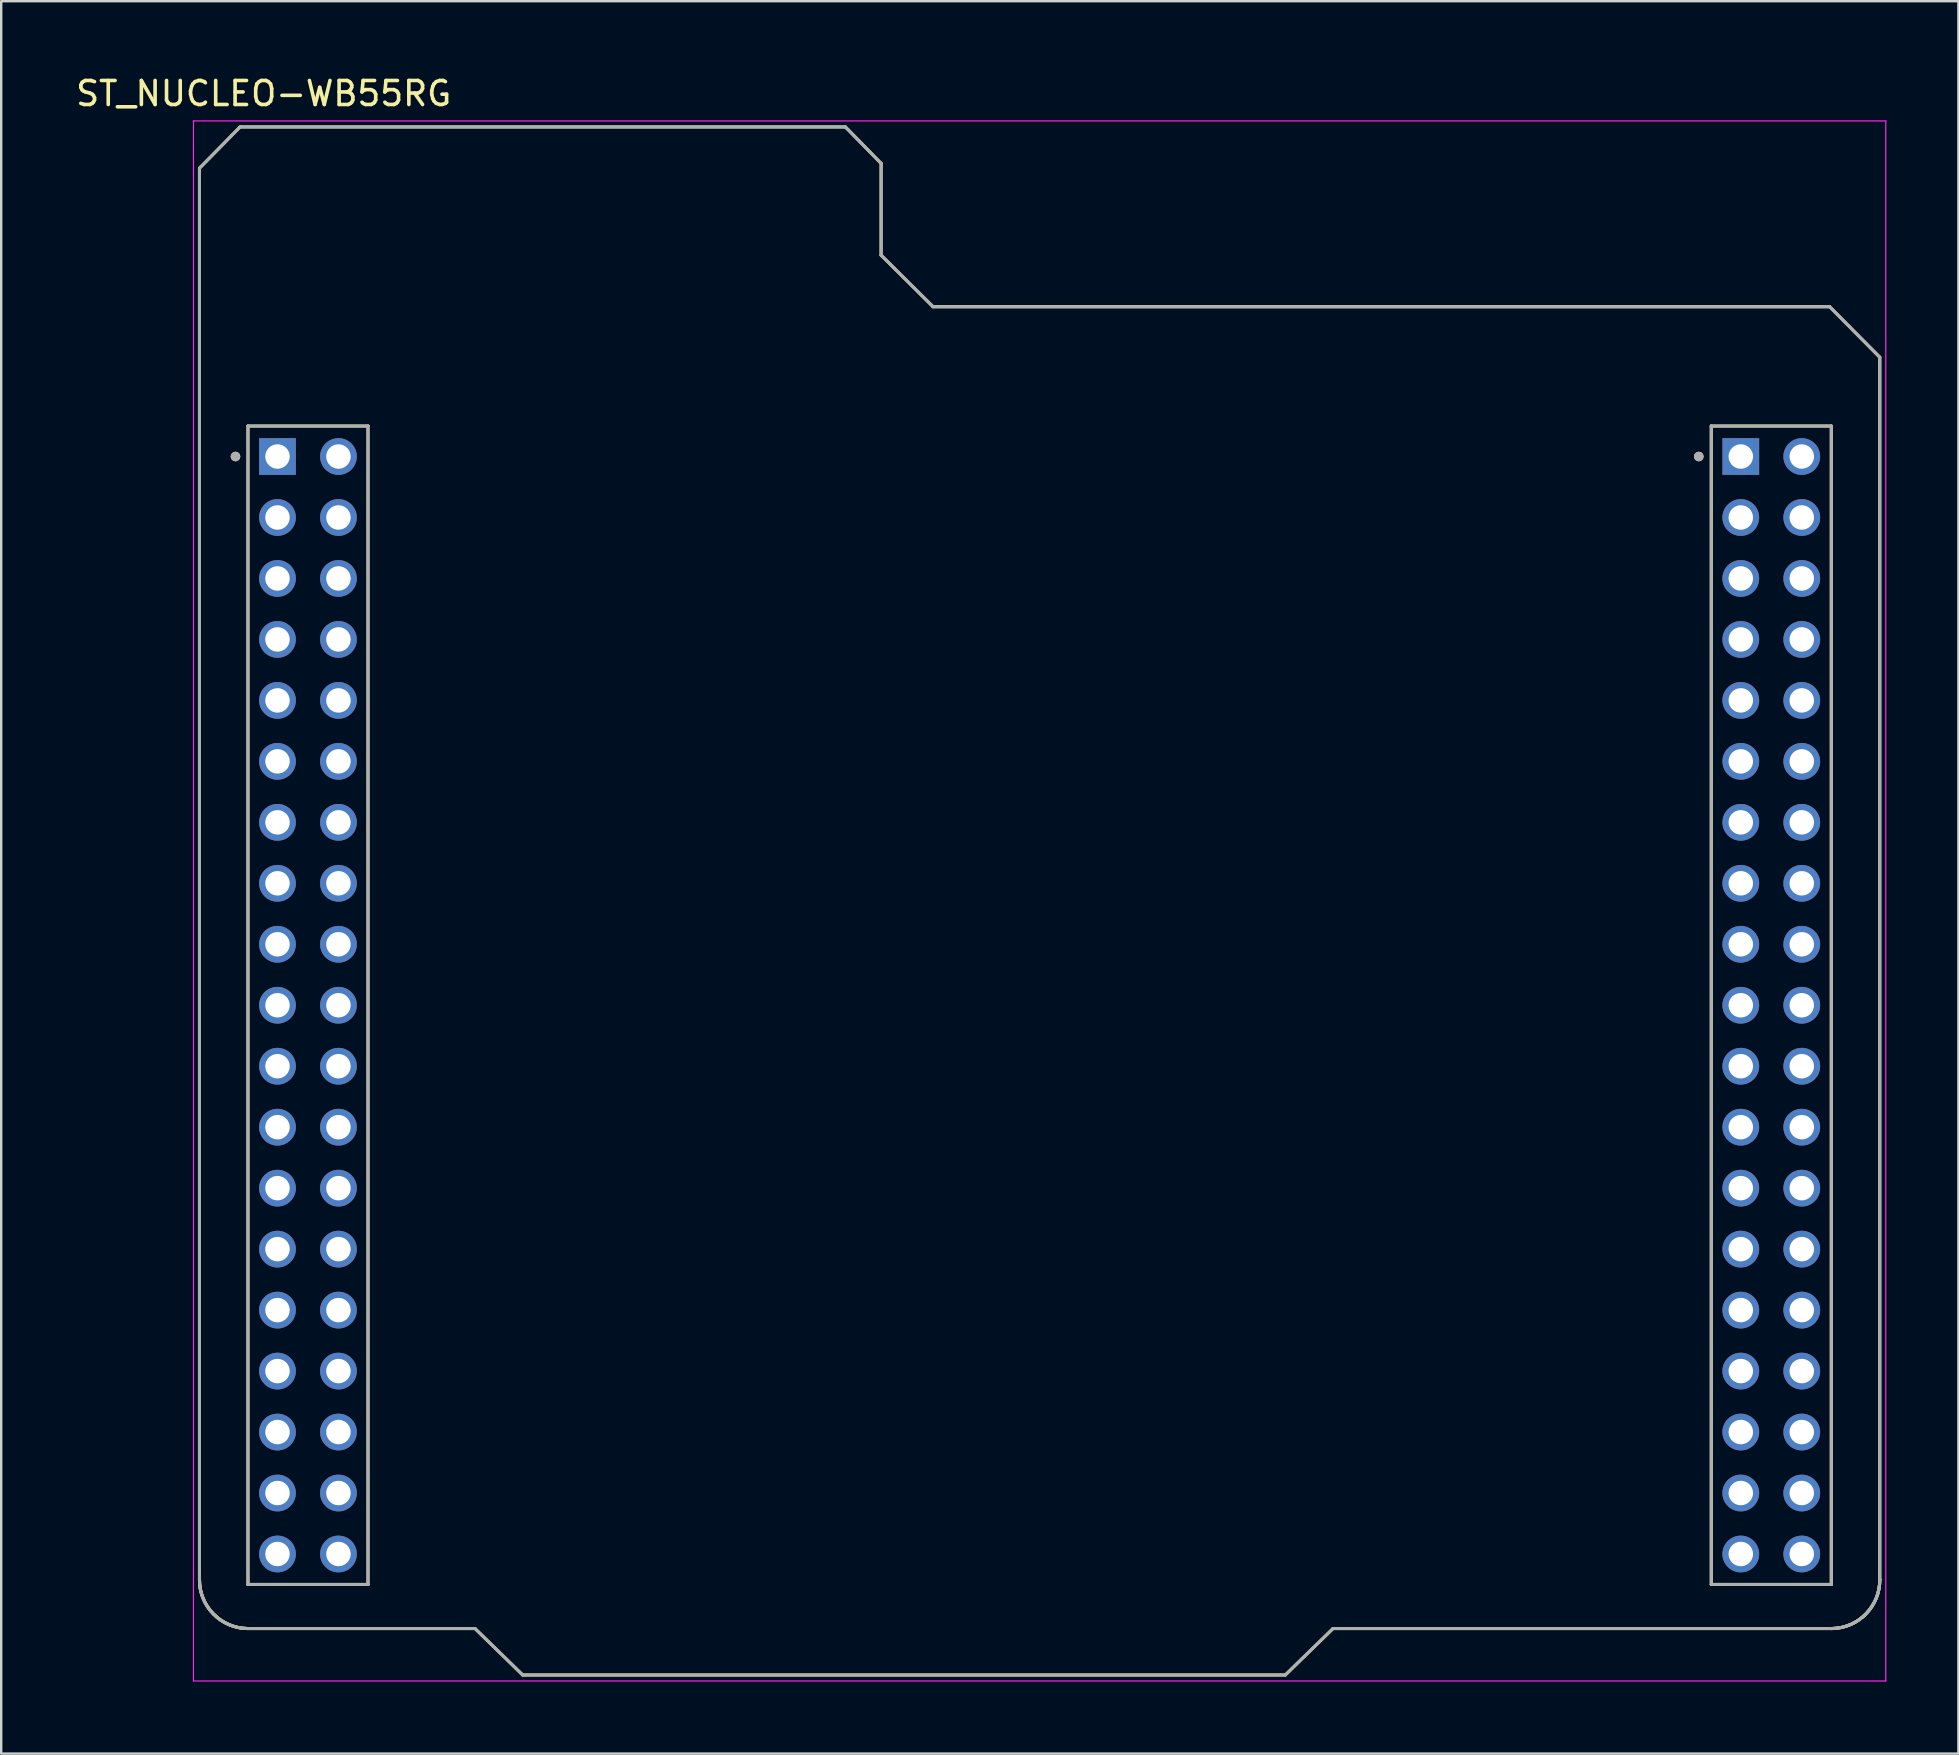
<source format=kicad_pcb>
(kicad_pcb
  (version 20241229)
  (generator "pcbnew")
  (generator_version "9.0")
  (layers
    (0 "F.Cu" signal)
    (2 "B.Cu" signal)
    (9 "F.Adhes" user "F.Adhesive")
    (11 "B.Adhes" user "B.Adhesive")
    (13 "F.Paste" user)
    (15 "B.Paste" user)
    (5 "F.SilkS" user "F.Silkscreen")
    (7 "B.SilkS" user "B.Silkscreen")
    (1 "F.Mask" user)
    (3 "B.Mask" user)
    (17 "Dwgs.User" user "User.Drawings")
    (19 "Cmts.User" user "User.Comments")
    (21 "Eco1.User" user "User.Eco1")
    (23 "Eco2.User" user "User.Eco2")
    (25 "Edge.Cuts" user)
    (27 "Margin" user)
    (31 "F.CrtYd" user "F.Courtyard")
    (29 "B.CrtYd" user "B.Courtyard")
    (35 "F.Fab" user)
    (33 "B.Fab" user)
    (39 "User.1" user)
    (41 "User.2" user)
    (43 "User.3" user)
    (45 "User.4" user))
  (footprint "ST_NUCLEO-WB55RG"
    (layer "F.Cu")
    (at 40.26 34.483)
    (property "Reference" "ST_NUCLEO-WB55RG" (at -32.325 -33.635 0) (layer "F.SilkS") (effects (font (size 1 1) (thickness 0.15))))
    (attr through_hole)
    (fp_line (start -35 -30.525) (end -35 28.261) (stroke (width 0.127) (type solid)) (layer "F.SilkS"))
    (fp_line (start -33.31 -32.245) (end -35 -30.525) (stroke (width 0.127) (type solid)) (layer "F.SilkS"))
    (fp_line (start -33 30.311) (end -23.521 30.311) (stroke (width 0.127) (type solid)) (layer "F.SilkS"))
    (fp_line (start -32.98 -19.785) (end -32.98 28.475) (stroke (width 0.127) (type solid)) (layer "F.SilkS"))
    (fp_line (start -32.98 28.475) (end -27.98 28.475) (stroke (width 0.127) (type solid)) (layer "F.SilkS"))
    (fp_line (start -27.98 -19.785) (end -32.98 -19.785) (stroke (width 0.127) (type solid)) (layer "F.SilkS"))
    (fp_line (start -27.98 28.475) (end -27.98 -19.785) (stroke (width 0.127) (type solid)) (layer "F.SilkS"))
    (fp_line (start -23.521 30.311) (end -21.536 32.245) (stroke (width 0.127) (type solid)) (layer "F.SilkS"))
    (fp_line (start -21.536 32.245) (end 10.236 32.245) (stroke (width 0.127) (type solid)) (layer "F.SilkS"))
    (fp_line (start -8.092 -32.245) (end -33.31 -32.245) (stroke (width 0.127) (type solid)) (layer "F.SilkS"))
    (fp_line (start -6.604 -30.727) (end -8.092 -32.245) (stroke (width 0.127) (type solid)) (layer "F.SilkS"))
    (fp_line (start -6.604 -26.902) (end -6.604 -30.727) (stroke (width 0.127) (type solid)) (layer "F.SilkS"))
    (fp_line (start -4.441 -24.755) (end -6.604 -26.902) (stroke (width 0.127) (type solid)) (layer "F.SilkS"))
    (fp_line (start 10.236 32.245) (end 12.221 30.311) (stroke (width 0.127) (type solid)) (layer "F.SilkS"))
    (fp_line (start 12.221 30.311) (end 33 30.311) (stroke (width 0.127) (type solid)) (layer "F.SilkS"))
    (fp_line (start 27.98 -19.785) (end 27.98 28.475) (stroke (width 0.127) (type solid)) (layer "F.SilkS"))
    (fp_line (start 27.98 28.475) (end 32.98 28.475) (stroke (width 0.127) (type solid)) (layer "F.SilkS"))
    (fp_line (start 32.912 -24.755) (end -4.441 -24.755) (stroke (width 0.127) (type solid)) (layer "F.SilkS"))
    (fp_line (start 32.98 -19.785) (end 27.98 -19.785) (stroke (width 0.127) (type solid)) (layer "F.SilkS"))
    (fp_line (start 32.98 28.475) (end 32.98 -19.785) (stroke (width 0.127) (type solid)) (layer "F.SilkS"))
    (fp_line (start 35 -22.651) (end 32.912 -24.755) (stroke (width 0.127) (type solid)) (layer "F.SilkS"))
    (fp_line (start 35 28.261) (end 35 -22.651) (stroke (width 0.127) (type solid)) (layer "F.SilkS"))
    (fp_arc (start -33 30.31) (mid -34.42389 29.699253) (end -35 28.261) (stroke (width 0.127) (type solid)) (layer "F.SilkS"))
    (fp_arc (start -33 30.31) (mid -34.42389 29.699253) (end -35 28.261) (stroke (width 0.127) (type solid)) (layer "F.SilkS"))
    (fp_arc (start 35 28.261) (mid 34.424097 29.699753) (end 33 30.311) (stroke (width 0.127) (type solid)) (layer "F.SilkS"))
    (fp_arc (start 35 28.261) (mid 34.424097 29.699753) (end 33 30.311) (stroke (width 0.127) (type solid)) (layer "F.SilkS"))
    (fp_circle (center -33.5 -18.515) (end -33.4 -18.515) (stroke (width 0.2) (type solid)) (fill no) (layer "F.SilkS"))
    (fp_circle (center 27.46 -18.515) (end 27.56 -18.515) (stroke (width 0.2) (type solid)) (fill no) (layer "F.SilkS"))
    (fp_line (start -35.25 -32.495) (end -35.25 32.495) (stroke (width 0.05) (type solid)) (layer "F.CrtYd"))
    (fp_line (start -35.25 32.495) (end 35.25 32.495) (stroke (width 0.05) (type solid)) (layer "F.CrtYd"))
    (fp_line (start 35.25 -32.495) (end -35.25 -32.495) (stroke (width 0.05) (type solid)) (layer "F.CrtYd"))
    (fp_line (start 35.25 32.495) (end 35.25 -32.495) (stroke (width 0.05) (type solid)) (layer "F.CrtYd"))
    (fp_line (start -35 -30.525) (end -35 28.261) (stroke (width 0.127) (type solid)) (layer "F.Fab"))
    (fp_line (start -33.31 -32.245) (end -35 -30.525) (stroke (width 0.127) (type solid)) (layer "F.Fab"))
    (fp_line (start -33 30.311) (end -23.521 30.311) (stroke (width 0.127) (type solid)) (layer "F.Fab"))
    (fp_line (start -32.98 -19.785) (end -32.98 28.475) (stroke (width 0.127) (type solid)) (layer "F.Fab"))
    (fp_line (start -32.98 28.475) (end -27.98 28.475) (stroke (width 0.127) (type solid)) (layer "F.Fab"))
    (fp_line (start -27.98 -19.785) (end -32.98 -19.785) (stroke (width 0.127) (type solid)) (layer "F.Fab"))
    (fp_line (start -27.98 28.475) (end -27.98 -19.785) (stroke (width 0.127) (type solid)) (layer "F.Fab"))
    (fp_line (start -23.521 30.311) (end -21.536 32.245) (stroke (width 0.127) (type solid)) (layer "F.Fab"))
    (fp_line (start -21.536 32.245) (end 10.236 32.245) (stroke (width 0.127) (type solid)) (layer "F.Fab"))
    (fp_line (start -8.092 -32.245) (end -33.31 -32.245) (stroke (width 0.127) (type solid)) (layer "F.Fab"))
    (fp_line (start -6.604 -30.727) (end -8.092 -32.245) (stroke (width 0.127) (type solid)) (layer "F.Fab"))
    (fp_line (start -6.604 -26.902) (end -6.604 -30.727) (stroke (width 0.127) (type solid)) (layer "F.Fab"))
    (fp_line (start -4.441 -24.755) (end -6.604 -26.902) (stroke (width 0.127) (type solid)) (layer "F.Fab"))
    (fp_line (start 10.236 32.245) (end 12.221 30.311) (stroke (width 0.127) (type solid)) (layer "F.Fab"))
    (fp_line (start 12.221 30.311) (end 33 30.311) (stroke (width 0.127) (type solid)) (layer "F.Fab"))
    (fp_line (start 27.98 -19.785) (end 27.98 28.475) (stroke (width 0.127) (type solid)) (layer "F.Fab"))
    (fp_line (start 27.98 28.475) (end 32.98 28.475) (stroke (width 0.127) (type solid)) (layer "F.Fab"))
    (fp_line (start 32.912 -24.755) (end -4.441 -24.755) (stroke (width 0.127) (type solid)) (layer "F.Fab"))
    (fp_line (start 32.98 -19.785) (end 27.98 -19.785) (stroke (width 0.127) (type solid)) (layer "F.Fab"))
    (fp_line (start 32.98 28.475) (end 32.98 -19.785) (stroke (width 0.127) (type solid)) (layer "F.Fab"))
    (fp_line (start 35 -22.651) (end 32.912 -24.755) (stroke (width 0.127) (type solid)) (layer "F.Fab"))
    (fp_line (start 35 28.261) (end 35 -22.651) (stroke (width 0.127) (type solid)) (layer "F.Fab"))
    (fp_arc (start -33 30.311) (mid -34.424098 29.699754) (end -35 28.261) (stroke (width 0.127) (type solid)) (layer "F.Fab"))
    (fp_arc (start -33 30.311) (mid -34.424098 29.699754) (end -35 28.261) (stroke (width 0.127) (type solid)) (layer "F.Fab"))
    (fp_arc (start 35 28.261) (mid 34.424097 29.699753) (end 33 30.311) (stroke (width 0.127) (type solid)) (layer "F.Fab"))
    (fp_arc (start 35 28.261) (mid 34.424097 29.699753) (end 33 30.311) (stroke (width 0.127) (type solid)) (layer "F.Fab"))
    (fp_circle (center -33.5 -18.515) (end -33.4 -18.515) (stroke (width 0.2) (type solid)) (fill no) (layer "F.Fab"))
    (fp_circle (center 27.46 -18.515) (end 27.56 -18.515) (stroke (width 0.2) (type solid)) (fill no) (layer "F.Fab"))
    (pad "CN7_1" thru_hole rect (at -31.75 -18.515) (size 1.53 1.53) (drill 1.02) (layers "*.Cu" "*.Mask"))
    (pad "CN7_2" thru_hole circle (at -29.21 -18.515) (size 1.53 1.53) (drill 1.02) (layers "*.Cu" "*.Mask"))
    (pad "CN7_3" thru_hole circle (at -31.75 -15.975) (size 1.53 1.53) (drill 1.02) (layers "*.Cu" "*.Mask"))
    (pad "CN7_4" thru_hole circle (at -29.21 -15.975) (size 1.53 1.53) (drill 1.02) (layers "*.Cu" "*.Mask"))
    (pad "CN7_5" thru_hole circle (at -31.75 -13.435) (size 1.53 1.53) (drill 1.02) (layers "*.Cu" "*.Mask"))
    (pad "CN7_6" thru_hole circle (at -29.21 -13.435) (size 1.53 1.53) (drill 1.02) (layers "*.Cu" "*.Mask"))
    (pad "CN7_7" thru_hole circle (at -31.75 -10.895) (size 1.53 1.53) (drill 1.02) (layers "*.Cu" "*.Mask"))
    (pad "CN7_8" thru_hole circle (at -29.21 -10.895) (size 1.53 1.53) (drill 1.02) (layers "*.Cu" "*.Mask"))
    (pad "CN7_9" thru_hole circle (at -31.75 -8.355) (size 1.53 1.53) (drill 1.02) (layers "*.Cu" "*.Mask"))
    (pad "CN7_10" thru_hole circle (at -29.21 -8.355) (size 1.53 1.53) (drill 1.02) (layers "*.Cu" "*.Mask"))
    (pad "CN7_11" thru_hole circle (at -31.75 -5.815) (size 1.53 1.53) (drill 1.02) (layers "*.Cu" "*.Mask"))
    (pad "CN7_12" thru_hole circle (at -29.21 -5.815) (size 1.53 1.53) (drill 1.02) (layers "*.Cu" "*.Mask"))
    (pad "CN7_13" thru_hole circle (at -31.75 -3.275) (size 1.53 1.53) (drill 1.02) (layers "*.Cu" "*.Mask"))
    (pad "CN7_14" thru_hole circle (at -29.21 -3.275) (size 1.53 1.53) (drill 1.02) (layers "*.Cu" "*.Mask"))
    (pad "CN7_15" thru_hole circle (at -31.75 -0.735) (size 1.53 1.53) (drill 1.02) (layers "*.Cu" "*.Mask"))
    (pad "CN7_16" thru_hole circle (at -29.21 -0.735) (size 1.53 1.53) (drill 1.02) (layers "*.Cu" "*.Mask"))
    (pad "CN7_17" thru_hole circle (at -31.75 1.805) (size 1.53 1.53) (drill 1.02) (layers "*.Cu" "*.Mask"))
    (pad "CN7_18" thru_hole circle (at -29.21 1.805) (size 1.53 1.53) (drill 1.02) (layers "*.Cu" "*.Mask"))
    (pad "CN7_19" thru_hole circle (at -31.75 4.345) (size 1.53 1.53) (drill 1.02) (layers "*.Cu" "*.Mask"))
    (pad "CN7_20" thru_hole circle (at -29.21 4.345) (size 1.53 1.53) (drill 1.02) (layers "*.Cu" "*.Mask"))
    (pad "CN7_21" thru_hole circle (at -31.75 6.885) (size 1.53 1.53) (drill 1.02) (layers "*.Cu" "*.Mask"))
    (pad "CN7_22" thru_hole circle (at -29.21 6.885) (size 1.53 1.53) (drill 1.02) (layers "*.Cu" "*.Mask"))
    (pad "CN7_23" thru_hole circle (at -31.75 9.425) (size 1.53 1.53) (drill 1.02) (layers "*.Cu" "*.Mask"))
    (pad "CN7_24" thru_hole circle (at -29.21 9.425) (size 1.53 1.53) (drill 1.02) (layers "*.Cu" "*.Mask"))
    (pad "CN7_25" thru_hole circle (at -31.75 11.965) (size 1.53 1.53) (drill 1.02) (layers "*.Cu" "*.Mask"))
    (pad "CN7_26" thru_hole circle (at -29.21 11.965) (size 1.53 1.53) (drill 1.02) (layers "*.Cu" "*.Mask"))
    (pad "CN7_27" thru_hole circle (at -31.75 14.505) (size 1.53 1.53) (drill 1.02) (layers "*.Cu" "*.Mask"))
    (pad "CN7_28" thru_hole circle (at -29.21 14.505) (size 1.53 1.53) (drill 1.02) (layers "*.Cu" "*.Mask"))
    (pad "CN7_29" thru_hole circle (at -31.75 17.045) (size 1.53 1.53) (drill 1.02) (layers "*.Cu" "*.Mask"))
    (pad "CN7_30" thru_hole circle (at -29.21 17.045) (size 1.53 1.53) (drill 1.02) (layers "*.Cu" "*.Mask"))
    (pad "CN7_31" thru_hole circle (at -31.75 19.585) (size 1.53 1.53) (drill 1.02) (layers "*.Cu" "*.Mask"))
    (pad "CN7_32" thru_hole circle (at -29.21 19.585) (size 1.53 1.53) (drill 1.02) (layers "*.Cu" "*.Mask"))
    (pad "CN7_33" thru_hole circle (at -31.75 22.125) (size 1.53 1.53) (drill 1.02) (layers "*.Cu" "*.Mask"))
    (pad "CN7_34" thru_hole circle (at -29.21 22.125) (size 1.53 1.53) (drill 1.02) (layers "*.Cu" "*.Mask"))
    (pad "CN7_35" thru_hole circle (at -31.75 24.665) (size 1.53 1.53) (drill 1.02) (layers "*.Cu" "*.Mask"))
    (pad "CN7_36" thru_hole circle (at -29.21 24.665) (size 1.53 1.53) (drill 1.02) (layers "*.Cu" "*.Mask"))
    (pad "CN7_37" thru_hole circle (at -31.75 27.205) (size 1.53 1.53) (drill 1.02) (layers "*.Cu" "*.Mask"))
    (pad "CN7_38" thru_hole circle (at -29.21 27.205) (size 1.53 1.53) (drill 1.02) (layers "*.Cu" "*.Mask"))
    (pad "CN10_1" thru_hole rect (at 29.21 -18.515) (size 1.53 1.53) (drill 1.02) (layers "*.Cu" "*.Mask"))
    (pad "CN10_2" thru_hole circle (at 31.75 -18.515) (size 1.53 1.53) (drill 1.02) (layers "*.Cu" "*.Mask"))
    (pad "CN10_3" thru_hole circle (at 29.21 -15.975) (size 1.53 1.53) (drill 1.02) (layers "*.Cu" "*.Mask"))
    (pad "CN10_4" thru_hole circle (at 31.75 -15.975) (size 1.53 1.53) (drill 1.02) (layers "*.Cu" "*.Mask"))
    (pad "CN10_5" thru_hole circle (at 29.21 -13.435) (size 1.53 1.53) (drill 1.02) (layers "*.Cu" "*.Mask"))
    (pad "CN10_6" thru_hole circle (at 31.75 -13.435) (size 1.53 1.53) (drill 1.02) (layers "*.Cu" "*.Mask"))
    (pad "CN10_7" thru_hole circle (at 29.21 -10.895) (size 1.53 1.53) (drill 1.02) (layers "*.Cu" "*.Mask"))
    (pad "CN10_8" thru_hole circle (at 31.75 -10.895) (size 1.53 1.53) (drill 1.02) (layers "*.Cu" "*.Mask"))
    (pad "CN10_9" thru_hole circle (at 29.21 -8.355) (size 1.53 1.53) (drill 1.02) (layers "*.Cu" "*.Mask"))
    (pad "CN10_10" thru_hole circle (at 31.75 -8.355) (size 1.53 1.53) (drill 1.02) (layers "*.Cu" "*.Mask"))
    (pad "CN10_11" thru_hole circle (at 29.21 -5.815) (size 1.53 1.53) (drill 1.02) (layers "*.Cu" "*.Mask"))
    (pad "CN10_12" thru_hole circle (at 31.75 -5.815) (size 1.53 1.53) (drill 1.02) (layers "*.Cu" "*.Mask"))
    (pad "CN10_13" thru_hole circle (at 29.21 -3.275) (size 1.53 1.53) (drill 1.02) (layers "*.Cu" "*.Mask"))
    (pad "CN10_14" thru_hole circle (at 31.75 -3.275) (size 1.53 1.53) (drill 1.02) (layers "*.Cu" "*.Mask"))
    (pad "CN10_15" thru_hole circle (at 29.21 -0.735) (size 1.53 1.53) (drill 1.02) (layers "*.Cu" "*.Mask"))
    (pad "CN10_16" thru_hole circle (at 31.75 -0.735) (size 1.53 1.53) (drill 1.02) (layers "*.Cu" "*.Mask"))
    (pad "CN10_17" thru_hole circle (at 29.21 1.805) (size 1.53 1.53) (drill 1.02) (layers "*.Cu" "*.Mask"))
    (pad "CN10_18" thru_hole circle (at 31.75 1.805) (size 1.53 1.53) (drill 1.02) (layers "*.Cu" "*.Mask"))
    (pad "CN10_19" thru_hole circle (at 29.21 4.345) (size 1.53 1.53) (drill 1.02) (layers "*.Cu" "*.Mask"))
    (pad "CN10_20" thru_hole circle (at 31.75 4.345) (size 1.53 1.53) (drill 1.02) (layers "*.Cu" "*.Mask"))
    (pad "CN10_21" thru_hole circle (at 29.21 6.885) (size 1.53 1.53) (drill 1.02) (layers "*.Cu" "*.Mask"))
    (pad "CN10_22" thru_hole circle (at 31.75 6.885) (size 1.53 1.53) (drill 1.02) (layers "*.Cu" "*.Mask"))
    (pad "CN10_23" thru_hole circle (at 29.21 9.425) (size 1.53 1.53) (drill 1.02) (layers "*.Cu" "*.Mask"))
    (pad "CN10_24" thru_hole circle (at 31.75 9.425) (size 1.53 1.53) (drill 1.02) (layers "*.Cu" "*.Mask"))
    (pad "CN10_25" thru_hole circle (at 29.21 11.965) (size 1.53 1.53) (drill 1.02) (layers "*.Cu" "*.Mask"))
    (pad "CN10_26" thru_hole circle (at 31.75 11.965) (size 1.53 1.53) (drill 1.02) (layers "*.Cu" "*.Mask"))
    (pad "CN10_27" thru_hole circle (at 29.21 14.505) (size 1.53 1.53) (drill 1.02) (layers "*.Cu" "*.Mask"))
    (pad "CN10_28" thru_hole circle (at 31.75 14.505) (size 1.53 1.53) (drill 1.02) (layers "*.Cu" "*.Mask"))
    (pad "CN10_29" thru_hole circle (at 29.21 17.045) (size 1.53 1.53) (drill 1.02) (layers "*.Cu" "*.Mask"))
    (pad "CN10_30" thru_hole circle (at 31.75 17.045) (size 1.53 1.53) (drill 1.02) (layers "*.Cu" "*.Mask"))
    (pad "CN10_31" thru_hole circle (at 29.21 19.585) (size 1.53 1.53) (drill 1.02) (layers "*.Cu" "*.Mask"))
    (pad "CN10_32" thru_hole circle (at 31.75 19.585) (size 1.53 1.53) (drill 1.02) (layers "*.Cu" "*.Mask"))
    (pad "CN10_33" thru_hole circle (at 29.21 22.125) (size 1.53 1.53) (drill 1.02) (layers "*.Cu" "*.Mask"))
    (pad "CN10_34" thru_hole circle (at 31.75 22.125) (size 1.53 1.53) (drill 1.02) (layers "*.Cu" "*.Mask"))
    (pad "CN10_35" thru_hole circle (at 29.21 24.665) (size 1.53 1.53) (drill 1.02) (layers "*.Cu" "*.Mask"))
    (pad "CN10_36" thru_hole circle (at 31.75 24.665) (size 1.53 1.53) (drill 1.02) (layers "*.Cu" "*.Mask"))
    (pad "CN10_37" thru_hole circle (at 29.21 27.205) (size 1.53 1.53) (drill 1.02) (layers "*.Cu" "*.Mask"))
    (pad "CN10_38" thru_hole circle (at 31.75 27.205) (size 1.53 1.53) (drill 1.02) (layers "*.Cu" "*.Mask")))
  (gr_rect
    (start -3 -3)
    (end 78.535 70.003)
    (stroke (width 0.1) (type default))
    (fill no)
    (layer "Edge.Cuts")))
</source>
